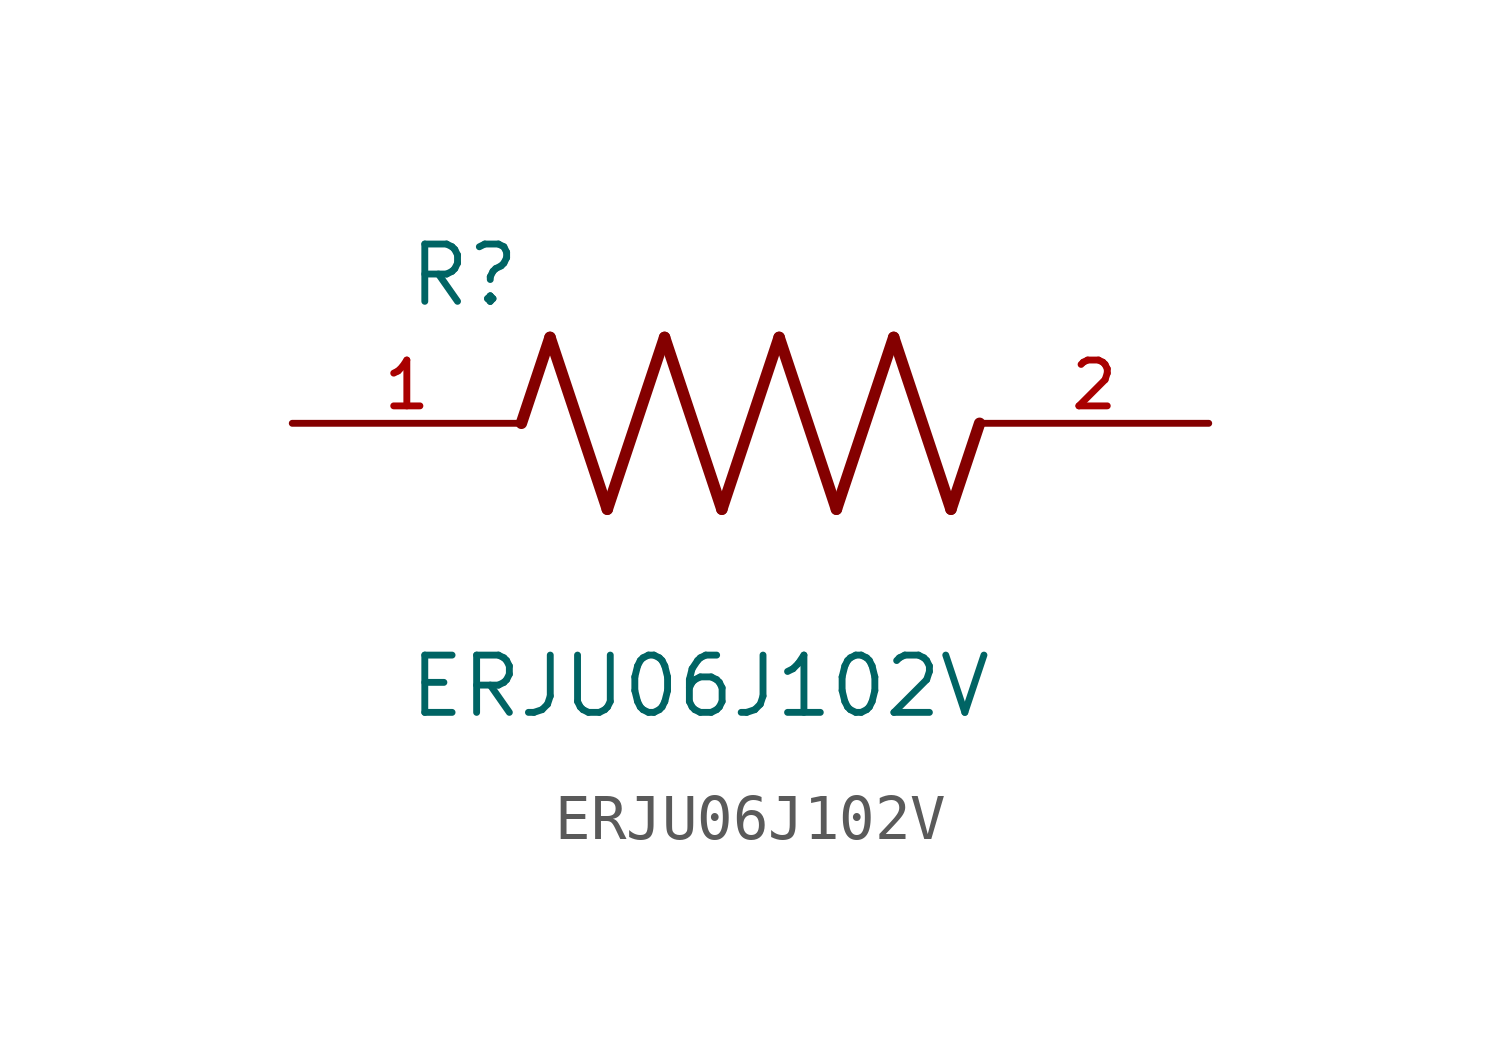
<source format=kicad_sym>
(kicad_symbol_lib
  (version 20211014)
  (generator kicad_symbol_editor)
  (symbol "ERJU06J102V"
    (pin_names
      (offset 1.016))
    (property "Reference" "R"
      (at -7.624 2.541 0)
      (effects (font (size 1.27 1.27)) (justify bottom left)))
    (property "Value" "ERJU06J102V"
      (at -7.624 -5.087 0)
      (effects (font (size 1.27 1.27)) (justify top left)))
    (symbol "ERJU06J102V_0_0"
      (polyline (pts (xy -5.08 0.0) (xy -4.445 1.905)) (stroke (width 0.254)))
      (polyline (pts (xy -4.445 1.905) (xy -3.175 -1.905)) (stroke (width 0.254)))
      (polyline (pts (xy -3.175 -1.905) (xy -1.905 1.905)) (stroke (width 0.254)))
      (polyline (pts (xy -1.905 1.905) (xy -0.635 -1.905)) (stroke (width 0.254)))
      (polyline (pts (xy -0.635 -1.905) (xy 0.635 1.905)) (stroke (width 0.254)))
      (polyline (pts (xy 0.635 1.905) (xy 1.905 -1.905)) (stroke (width 0.254)))
      (polyline (pts (xy 1.905 -1.905) (xy 3.175 1.905)) (stroke (width 0.254)))
      (polyline (pts (xy 3.175 1.905) (xy 4.445 -1.905)) (stroke (width 0.254)))
      (polyline (pts (xy 4.445 -1.905) (xy 5.08 0.0)) (stroke (width 0.254)))
      (pin passive line (at -10.16 0.0 0) (length 5.08) (name "~" (effects (font (size 1.016 1.016)))) (number "1" (effects (font (size 1.016 1.016)))))
      (pin passive line (at 10.16 0.0 180.0) (length 5.08) (name "~" (effects (font (size 1.016 1.016)))) (number "2" (effects (font (size 1.016 1.016))))))))
</source>
